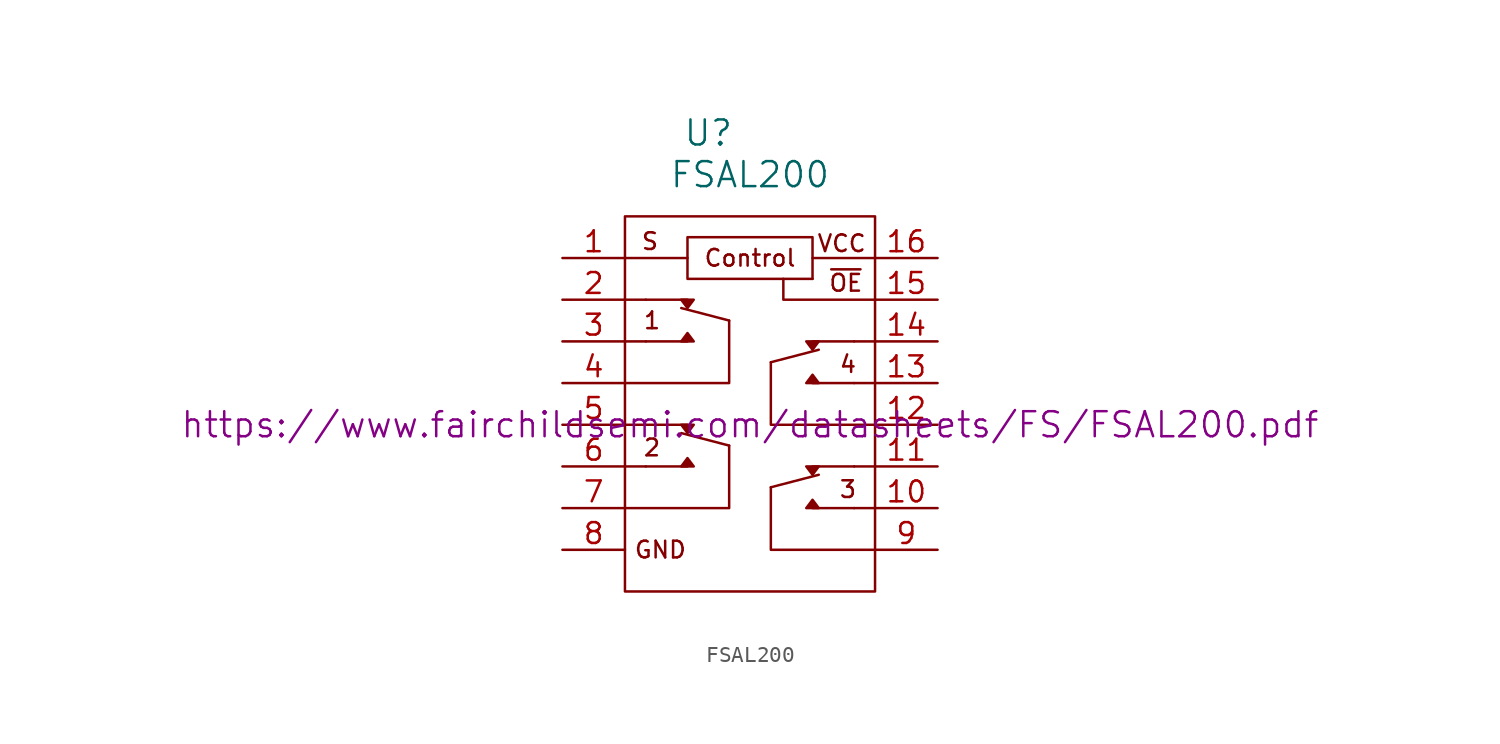
<source format=kicad_sym>
(kicad_symbol_lib
  (version 20211014)
  (generator kicad_symbol_editor)
  (symbol "FSAL200"
    (pin_names
      (offset 0.025) hide)
    (property "Reference" "U"
      (at -2.54 17.78 0)
      (effects (font (size 1.524 1.524))))
    (property "Value" "FSAL200"
      (at 0 15.24 0)
      (effects (font (size 1.524 1.524))))
    (property "Footprint" ""
      (at 0 0 0)
      (effects (font (size 1.524 1.524))))
    (property "Datasheet" "https://www.fairchildsemi.com/datasheets/FS/FSAL200.pdf"
      (at 0 0 0)
      (effects (font (size 1.524 1.524))))
    (symbol "FSAL200_0_0"
      (rectangle (start -7.62 12.7) (end 7.62 -10.16) (stroke (width 0) (type default) (color 0 0 0 0)) (fill (type none)))
      (polyline (pts (xy -7.62 10.16) (xy -3.81 10.16)) (stroke (width 0) (type default) (color 0 0 0 0)) (fill (type none)))
      (polyline (pts (xy 7.62 10.16) (xy 3.81 10.16)) (stroke (width 0) (type default) (color 0 0 0 0)) (fill (type none)))
      (polyline (pts (xy 7.62 7.62) (xy 4.445 7.62) (xy 2.032 7.62) (xy 2.032 8.89)) (stroke (width 0) (type default) (color 0 0 0 0)) (fill (type none)))
      (text "1" (at -5.969 6.35 0) (effects (font (size 1.016 1.016))))
      (text "2" (at -5.969 -1.397 0) (effects (font (size 1.016 1.016))))
      (text "3" (at 5.969 -3.937 0) (effects (font (size 1.016 1.016))))
      (text "4" (at 5.969 3.683 0) (effects (font (size 1.016 1.016))))
      (text "Control" (at 0 10.16 0) (effects (font (size 1.016 1.016))))
      (text "GND" (at -5.461 -7.62 0) (effects (font (size 1.016 1.016))))
      (text "S" (at -6.096 11.176 0) (effects (font (size 1.016 1.016))))
      (text "VCC" (at 5.588 11.049 0) (effects (font (size 1.016 1.016))))
      (text "~{OE}" (at 5.842 8.636 0) (effects (font (size 1.016 1.016)))))
    (symbol "FSAL200_0_1"
      (rectangle (start -3.81 11.43) (end 3.81 8.89) (stroke (width 0) (type default) (color 0 0 0 0)) (fill (type none)))
      (polyline (pts (xy -7.62 -2.54) (xy -6.35 -2.54)) (stroke (width 0) (type default) (color 0 0 0 0)) (fill (type none)))
      (polyline (pts (xy -7.62 5.08) (xy -6.35 5.08)) (stroke (width 0) (type default) (color 0 0 0 0)) (fill (type none)))
      (polyline (pts (xy -6.35 -2.54) (xy -3.81 -2.54)) (stroke (width 0) (type default) (color 0 0 0 0)) (fill (type none)))
      (polyline (pts (xy -6.35 0) (xy -7.62 0)) (stroke (width 0) (type default) (color 0 0 0 0)) (fill (type none)))
      (polyline (pts (xy -6.35 0) (xy -3.81 0)) (stroke (width 0) (type default) (color 0 0 0 0)) (fill (type none)))
      (polyline (pts (xy -6.35 5.08) (xy -3.81 5.08)) (stroke (width 0) (type default) (color 0 0 0 0)) (fill (type none)))
      (polyline (pts (xy -6.35 7.62) (xy -7.62 7.62)) (stroke (width 0) (type default) (color 0 0 0 0)) (fill (type none)))
      (polyline (pts (xy -6.35 7.62) (xy -3.81 7.62)) (stroke (width 0) (type default) (color 0 0 0 0)) (fill (type none)))
      (polyline (pts (xy -4.191 -0.508) (xy -1.27 -1.27)) (stroke (width 0) (type default) (color 0 0 0 0)) (fill (type none)))
      (polyline (pts (xy -4.191 7.112) (xy -1.27 6.35)) (stroke (width 0) (type default) (color 0 0 0 0)) (fill (type none)))
      (polyline (pts (xy 4.191 -3.048) (xy 1.27 -3.81)) (stroke (width 0) (type default) (color 0 0 0 0)) (fill (type none)))
      (polyline (pts (xy 4.191 4.572) (xy 1.27 3.81)) (stroke (width 0) (type default) (color 0 0 0 0)) (fill (type none)))
      (polyline (pts (xy 6.35 -5.08) (xy 3.81 -5.08)) (stroke (width 0) (type default) (color 0 0 0 0)) (fill (type none)))
      (polyline (pts (xy 6.35 -2.54) (xy 3.81 -2.54)) (stroke (width 0) (type default) (color 0 0 0 0)) (fill (type none)))
      (polyline (pts (xy 6.35 -2.54) (xy 7.62 -2.54)) (stroke (width 0) (type default) (color 0 0 0 0)) (fill (type none)))
      (polyline (pts (xy 6.35 2.54) (xy 3.81 2.54)) (stroke (width 0) (type default) (color 0 0 0 0)) (fill (type none)))
      (polyline (pts (xy 6.35 5.08) (xy 3.81 5.08)) (stroke (width 0) (type default) (color 0 0 0 0)) (fill (type none)))
      (polyline (pts (xy 6.35 5.08) (xy 7.62 5.08)) (stroke (width 0) (type default) (color 0 0 0 0)) (fill (type none)))
      (polyline (pts (xy 7.62 -5.08) (xy 6.35 -5.08)) (stroke (width 0) (type default) (color 0 0 0 0)) (fill (type none)))
      (polyline (pts (xy 7.62 2.54) (xy 6.35 2.54)) (stroke (width 0) (type default) (color 0 0 0 0)) (fill (type none)))
      (polyline (pts (xy -1.27 -1.27) (xy -1.27 -5.08) (xy -7.62 -5.08)) (stroke (width 0) (type default) (color 0 0 0 0)) (fill (type none)))
      (polyline (pts (xy -1.27 6.35) (xy -1.27 2.54) (xy -7.62 2.54)) (stroke (width 0) (type default) (color 0 0 0 0)) (fill (type none)))
      (polyline (pts (xy 1.27 -3.81) (xy 1.27 -7.62) (xy 7.62 -7.62)) (stroke (width 0) (type default) (color 0 0 0 0)) (fill (type none)))
      (polyline (pts (xy 1.27 3.81) (xy 1.27 0) (xy 7.62 0)) (stroke (width 0) (type default) (color 0 0 0 0)) (fill (type none)))
      (polyline (pts (xy -3.81 -2.54) (xy -3.429 -2.54) (xy -3.81 -2.032) (xy -4.191 -2.54) (xy -3.81 -2.54)) (stroke (width 0) (type default) (color 0 0 0 0)) (fill (type outline)))
      (polyline (pts (xy -3.81 0) (xy -3.429 0) (xy -3.81 -0.508) (xy -4.191 0) (xy -3.81 0)) (stroke (width 0) (type default) (color 0 0 0 0)) (fill (type outline)))
      (polyline (pts (xy -3.81 5.08) (xy -3.429 5.08) (xy -3.81 5.588) (xy -4.191 5.08) (xy -3.81 5.08)) (stroke (width 0) (type default) (color 0 0 0 0)) (fill (type outline)))
      (polyline (pts (xy -3.81 7.62) (xy -3.429 7.62) (xy -3.81 7.112) (xy -4.191 7.62) (xy -3.81 7.62)) (stroke (width 0) (type default) (color 0 0 0 0)) (fill (type outline)))
      (polyline (pts (xy 3.81 -5.08) (xy 3.429 -5.08) (xy 3.81 -4.572) (xy 4.191 -5.08) (xy 3.81 -5.08)) (stroke (width 0) (type default) (color 0 0 0 0)) (fill (type outline)))
      (polyline (pts (xy 3.81 -2.54) (xy 3.429 -2.54) (xy 3.81 -3.048) (xy 4.191 -2.54) (xy 3.81 -2.54)) (stroke (width 0) (type default) (color 0 0 0 0)) (fill (type outline)))
      (polyline (pts (xy 3.81 2.54) (xy 3.429 2.54) (xy 3.81 3.048) (xy 4.191 2.54) (xy 3.81 2.54)) (stroke (width 0) (type default) (color 0 0 0 0)) (fill (type outline)))
      (polyline (pts (xy 3.81 5.08) (xy 3.429 5.08) (xy 3.81 4.572) (xy 4.191 5.08) (xy 3.81 5.08)) (stroke (width 0) (type default) (color 0 0 0 0)) (fill (type outline)))
      (rectangle (start 3.81 8.89) (end 3.81 8.89) (stroke (width 0) (type default) (color 0 0 0 0)) (fill (type none))))
    (symbol "FSAL200_1_1"
      (pin input line (at -11.43 10.16 0) (length 3.81) (name "S" (effects (font (size 1.27 1.27)))) (number "1" (effects (font (size 1.27 1.27)))))
      (pin input line (at 11.43 -5.08 180) (length 3.81) (name "3B2" (effects (font (size 1.27 1.27)))) (number "10" (effects (font (size 1.27 1.27)))))
      (pin input line (at 11.43 -2.54 180) (length 3.81) (name "3B1" (effects (font (size 1.27 1.27)))) (number "11" (effects (font (size 1.27 1.27)))))
      (pin input line (at 11.43 0 180) (length 3.81) (name "4A" (effects (font (size 1.27 1.27)))) (number "12" (effects (font (size 1.27 1.27)))))
      (pin input line (at 11.43 2.54 180) (length 3.81) (name "4B2" (effects (font (size 1.27 1.27)))) (number "13" (effects (font (size 1.27 1.27)))))
      (pin input line (at 11.43 5.08 180) (length 3.81) (name "4B1" (effects (font (size 1.27 1.27)))) (number "14" (effects (font (size 1.27 1.27)))))
      (pin input line (at 11.43 7.62 180) (length 3.81) (name "~{OE}" (effects (font (size 1.27 1.27)))) (number "15" (effects (font (size 1.27 1.27)))))
      (pin input line (at 11.43 10.16 180) (length 3.81) (name "VCC" (effects (font (size 1.27 1.27)))) (number "16" (effects (font (size 1.27 1.27)))))
      (pin input line (at -11.43 7.62 0) (length 3.81) (name "1B1" (effects (font (size 1.27 1.27)))) (number "2" (effects (font (size 1.27 1.27)))))
      (pin input line (at -11.43 5.08 0) (length 3.81) (name "1B2" (effects (font (size 1.27 1.27)))) (number "3" (effects (font (size 1.27 1.27)))))
      (pin input line (at -11.43 2.54 0) (length 3.81) (name "1A" (effects (font (size 1.27 1.27)))) (number "4" (effects (font (size 1.27 1.27)))))
      (pin input line (at -11.43 0 0) (length 3.81) (name "2B1" (effects (font (size 1.27 1.27)))) (number "5" (effects (font (size 1.27 1.27)))))
      (pin input line (at -11.43 -2.54 0) (length 3.81) (name "2B2" (effects (font (size 1.27 1.27)))) (number "6" (effects (font (size 1.27 1.27)))))
      (pin input line (at -11.43 -5.08 0) (length 3.81) (name "2A" (effects (font (size 1.27 1.27)))) (number "7" (effects (font (size 1.27 1.27)))))
      (pin input line (at -11.43 -7.62 0) (length 3.81) (name "GND" (effects (font (size 1.27 1.27)))) (number "8" (effects (font (size 1.27 1.27)))))
      (pin input line (at 11.43 -7.62 180) (length 3.81) (name "3A" (effects (font (size 1.27 1.27)))) (number "9" (effects (font (size 1.27 1.27))))))))
</source>
